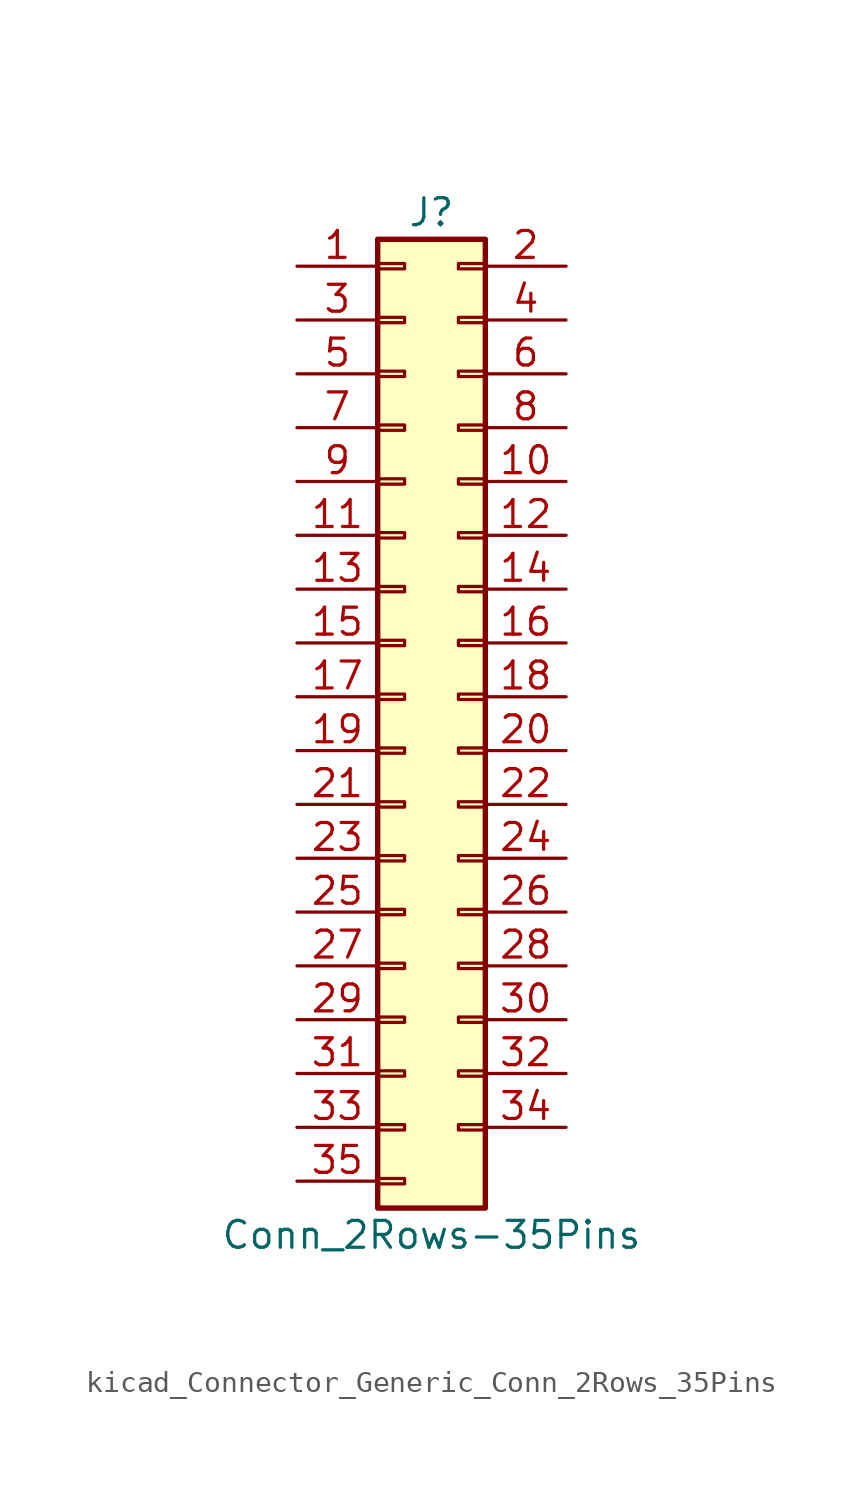
<source format=kicad_sym>
(kicad_symbol_lib
  (version 20220914)
  (generator kicad_symbol_editor)
  (symbol "kicad_Connector_Generic_Conn_2Rows_35Pins"
    (pin_names
      (offset 1.016) hide)
    (property "Reference" "J"
      (at 1.27 22.86 0)
      (effects (font (size 1.27 1.27))))
    (property "Value" "Conn_2Rows-35Pins"
      (at 1.27 -25.4 0)
      (effects (font (size 1.27 1.27))))
    (symbol "kicad_Connector_Generic_Conn_2Rows_35Pins_1_1"
      (rectangle (start -1.27 -22.733) (end 0 -22.987) (stroke (width 0.152) (type default)) (fill (type none)))
      (rectangle (start -1.27 -20.193) (end 0 -20.447) (stroke (width 0.152) (type default)) (fill (type none)))
      (rectangle (start -1.27 -17.653) (end 0 -17.907) (stroke (width 0.152) (type default)) (fill (type none)))
      (rectangle (start -1.27 -15.113) (end 0 -15.367) (stroke (width 0.152) (type default)) (fill (type none)))
      (rectangle (start -1.27 -12.573) (end 0 -12.827) (stroke (width 0.152) (type default)) (fill (type none)))
      (rectangle (start -1.27 -10.033) (end 0 -10.287) (stroke (width 0.152) (type default)) (fill (type none)))
      (rectangle (start -1.27 -7.493) (end 0 -7.747) (stroke (width 0.152) (type default)) (fill (type none)))
      (rectangle (start -1.27 -4.953) (end 0 -5.207) (stroke (width 0.152) (type default)) (fill (type none)))
      (rectangle (start -1.27 -2.413) (end 0 -2.667) (stroke (width 0.152) (type default)) (fill (type none)))
      (rectangle (start -1.27 0.127) (end 0 -0.127) (stroke (width 0.152) (type default)) (fill (type none)))
      (rectangle (start -1.27 2.667) (end 0 2.413) (stroke (width 0.152) (type default)) (fill (type none)))
      (rectangle (start -1.27 5.207) (end 0 4.953) (stroke (width 0.152) (type default)) (fill (type none)))
      (rectangle (start -1.27 7.747) (end 0 7.493) (stroke (width 0.152) (type default)) (fill (type none)))
      (rectangle (start -1.27 10.287) (end 0 10.033) (stroke (width 0.152) (type default)) (fill (type none)))
      (rectangle (start -1.27 12.827) (end 0 12.573) (stroke (width 0.152) (type default)) (fill (type none)))
      (rectangle (start -1.27 15.367) (end 0 15.113) (stroke (width 0.152) (type default)) (fill (type none)))
      (rectangle (start -1.27 17.907) (end 0 17.653) (stroke (width 0.152) (type default)) (fill (type none)))
      (rectangle (start -1.27 20.447) (end 0 20.193) (stroke (width 0.152) (type default)) (fill (type none)))
      (rectangle (start -1.27 21.59) (end 3.81 -24.13) (stroke (width 0.254) (type default)) (fill (type background)))
      (rectangle (start 3.81 -20.193) (end 2.54 -20.447) (stroke (width 0.152) (type default)) (fill (type none)))
      (rectangle (start 3.81 -17.653) (end 2.54 -17.907) (stroke (width 0.152) (type default)) (fill (type none)))
      (rectangle (start 3.81 -15.113) (end 2.54 -15.367) (stroke (width 0.152) (type default)) (fill (type none)))
      (rectangle (start 3.81 -12.573) (end 2.54 -12.827) (stroke (width 0.152) (type default)) (fill (type none)))
      (rectangle (start 3.81 -10.033) (end 2.54 -10.287) (stroke (width 0.152) (type default)) (fill (type none)))
      (rectangle (start 3.81 -7.493) (end 2.54 -7.747) (stroke (width 0.152) (type default)) (fill (type none)))
      (rectangle (start 3.81 -4.953) (end 2.54 -5.207) (stroke (width 0.152) (type default)) (fill (type none)))
      (rectangle (start 3.81 -2.413) (end 2.54 -2.667) (stroke (width 0.152) (type default)) (fill (type none)))
      (rectangle (start 3.81 0.127) (end 2.54 -0.127) (stroke (width 0.152) (type default)) (fill (type none)))
      (rectangle (start 3.81 2.667) (end 2.54 2.413) (stroke (width 0.152) (type default)) (fill (type none)))
      (rectangle (start 3.81 5.207) (end 2.54 4.953) (stroke (width 0.152) (type default)) (fill (type none)))
      (rectangle (start 3.81 7.747) (end 2.54 7.493) (stroke (width 0.152) (type default)) (fill (type none)))
      (rectangle (start 3.81 10.287) (end 2.54 10.033) (stroke (width 0.152) (type default)) (fill (type none)))
      (rectangle (start 3.81 12.827) (end 2.54 12.573) (stroke (width 0.152) (type default)) (fill (type none)))
      (rectangle (start 3.81 15.367) (end 2.54 15.113) (stroke (width 0.152) (type default)) (fill (type none)))
      (rectangle (start 3.81 17.907) (end 2.54 17.653) (stroke (width 0.152) (type default)) (fill (type none)))
      (rectangle (start 3.81 20.447) (end 2.54 20.193) (stroke (width 0.152) (type default)) (fill (type none)))
      (pin passive line (at -5.08 20.32 0) (length 3.81) (name "Pin_1" (effects (font (size 1.27 1.27)))) (number "1" (effects (font (size 1.27 1.27)))))
      (pin passive line (at 7.62 10.16 180) (length 3.81) (name "Pin_10" (effects (font (size 1.27 1.27)))) (number "10" (effects (font (size 1.27 1.27)))))
      (pin passive line (at -5.08 7.62 0) (length 3.81) (name "Pin_11" (effects (font (size 1.27 1.27)))) (number "11" (effects (font (size 1.27 1.27)))))
      (pin passive line (at 7.62 7.62 180) (length 3.81) (name "Pin_12" (effects (font (size 1.27 1.27)))) (number "12" (effects (font (size 1.27 1.27)))))
      (pin passive line (at -5.08 5.08 0) (length 3.81) (name "Pin_13" (effects (font (size 1.27 1.27)))) (number "13" (effects (font (size 1.27 1.27)))))
      (pin passive line (at 7.62 5.08 180) (length 3.81) (name "Pin_14" (effects (font (size 1.27 1.27)))) (number "14" (effects (font (size 1.27 1.27)))))
      (pin passive line (at -5.08 2.54 0) (length 3.81) (name "Pin_15" (effects (font (size 1.27 1.27)))) (number "15" (effects (font (size 1.27 1.27)))))
      (pin passive line (at 7.62 2.54 180) (length 3.81) (name "Pin_16" (effects (font (size 1.27 1.27)))) (number "16" (effects (font (size 1.27 1.27)))))
      (pin passive line (at -5.08 0 0) (length 3.81) (name "Pin_17" (effects (font (size 1.27 1.27)))) (number "17" (effects (font (size 1.27 1.27)))))
      (pin passive line (at 7.62 0 180) (length 3.81) (name "Pin_18" (effects (font (size 1.27 1.27)))) (number "18" (effects (font (size 1.27 1.27)))))
      (pin passive line (at -5.08 -2.54 0) (length 3.81) (name "Pin_19" (effects (font (size 1.27 1.27)))) (number "19" (effects (font (size 1.27 1.27)))))
      (pin passive line (at 7.62 20.32 180) (length 3.81) (name "Pin_2" (effects (font (size 1.27 1.27)))) (number "2" (effects (font (size 1.27 1.27)))))
      (pin passive line (at 7.62 -2.54 180) (length 3.81) (name "Pin_20" (effects (font (size 1.27 1.27)))) (number "20" (effects (font (size 1.27 1.27)))))
      (pin passive line (at -5.08 -5.08 0) (length 3.81) (name "Pin_21" (effects (font (size 1.27 1.27)))) (number "21" (effects (font (size 1.27 1.27)))))
      (pin passive line (at 7.62 -5.08 180) (length 3.81) (name "Pin_22" (effects (font (size 1.27 1.27)))) (number "22" (effects (font (size 1.27 1.27)))))
      (pin passive line (at -5.08 -7.62 0) (length 3.81) (name "Pin_23" (effects (font (size 1.27 1.27)))) (number "23" (effects (font (size 1.27 1.27)))))
      (pin passive line (at 7.62 -7.62 180) (length 3.81) (name "Pin_24" (effects (font (size 1.27 1.27)))) (number "24" (effects (font (size 1.27 1.27)))))
      (pin passive line (at -5.08 -10.16 0) (length 3.81) (name "Pin_25" (effects (font (size 1.27 1.27)))) (number "25" (effects (font (size 1.27 1.27)))))
      (pin passive line (at 7.62 -10.16 180) (length 3.81) (name "Pin_26" (effects (font (size 1.27 1.27)))) (number "26" (effects (font (size 1.27 1.27)))))
      (pin passive line (at -5.08 -12.7 0) (length 3.81) (name "Pin_27" (effects (font (size 1.27 1.27)))) (number "27" (effects (font (size 1.27 1.27)))))
      (pin passive line (at 7.62 -12.7 180) (length 3.81) (name "Pin_28" (effects (font (size 1.27 1.27)))) (number "28" (effects (font (size 1.27 1.27)))))
      (pin passive line (at -5.08 -15.24 0) (length 3.81) (name "Pin_29" (effects (font (size 1.27 1.27)))) (number "29" (effects (font (size 1.27 1.27)))))
      (pin passive line (at -5.08 17.78 0) (length 3.81) (name "Pin_3" (effects (font (size 1.27 1.27)))) (number "3" (effects (font (size 1.27 1.27)))))
      (pin passive line (at 7.62 -15.24 180) (length 3.81) (name "Pin_30" (effects (font (size 1.27 1.27)))) (number "30" (effects (font (size 1.27 1.27)))))
      (pin passive line (at -5.08 -17.78 0) (length 3.81) (name "Pin_31" (effects (font (size 1.27 1.27)))) (number "31" (effects (font (size 1.27 1.27)))))
      (pin passive line (at 7.62 -17.78 180) (length 3.81) (name "Pin_32" (effects (font (size 1.27 1.27)))) (number "32" (effects (font (size 1.27 1.27)))))
      (pin passive line (at -5.08 -20.32 0) (length 3.81) (name "Pin_33" (effects (font (size 1.27 1.27)))) (number "33" (effects (font (size 1.27 1.27)))))
      (pin passive line (at 7.62 -20.32 180) (length 3.81) (name "Pin_34" (effects (font (size 1.27 1.27)))) (number "34" (effects (font (size 1.27 1.27)))))
      (pin passive line (at -5.08 -22.86 0) (length 3.81) (name "Pin_35" (effects (font (size 1.27 1.27)))) (number "35" (effects (font (size 1.27 1.27)))))
      (pin passive line (at 7.62 17.78 180) (length 3.81) (name "Pin_4" (effects (font (size 1.27 1.27)))) (number "4" (effects (font (size 1.27 1.27)))))
      (pin passive line (at -5.08 15.24 0) (length 3.81) (name "Pin_5" (effects (font (size 1.27 1.27)))) (number "5" (effects (font (size 1.27 1.27)))))
      (pin passive line (at 7.62 15.24 180) (length 3.81) (name "Pin_6" (effects (font (size 1.27 1.27)))) (number "6" (effects (font (size 1.27 1.27)))))
      (pin passive line (at -5.08 12.7 0) (length 3.81) (name "Pin_7" (effects (font (size 1.27 1.27)))) (number "7" (effects (font (size 1.27 1.27)))))
      (pin passive line (at 7.62 12.7 180) (length 3.81) (name "Pin_8" (effects (font (size 1.27 1.27)))) (number "8" (effects (font (size 1.27 1.27)))))
      (pin passive line (at -5.08 10.16 0) (length 3.81) (name "Pin_9" (effects (font (size 1.27 1.27)))) (number "9" (effects (font (size 1.27 1.27))))))))
</source>
